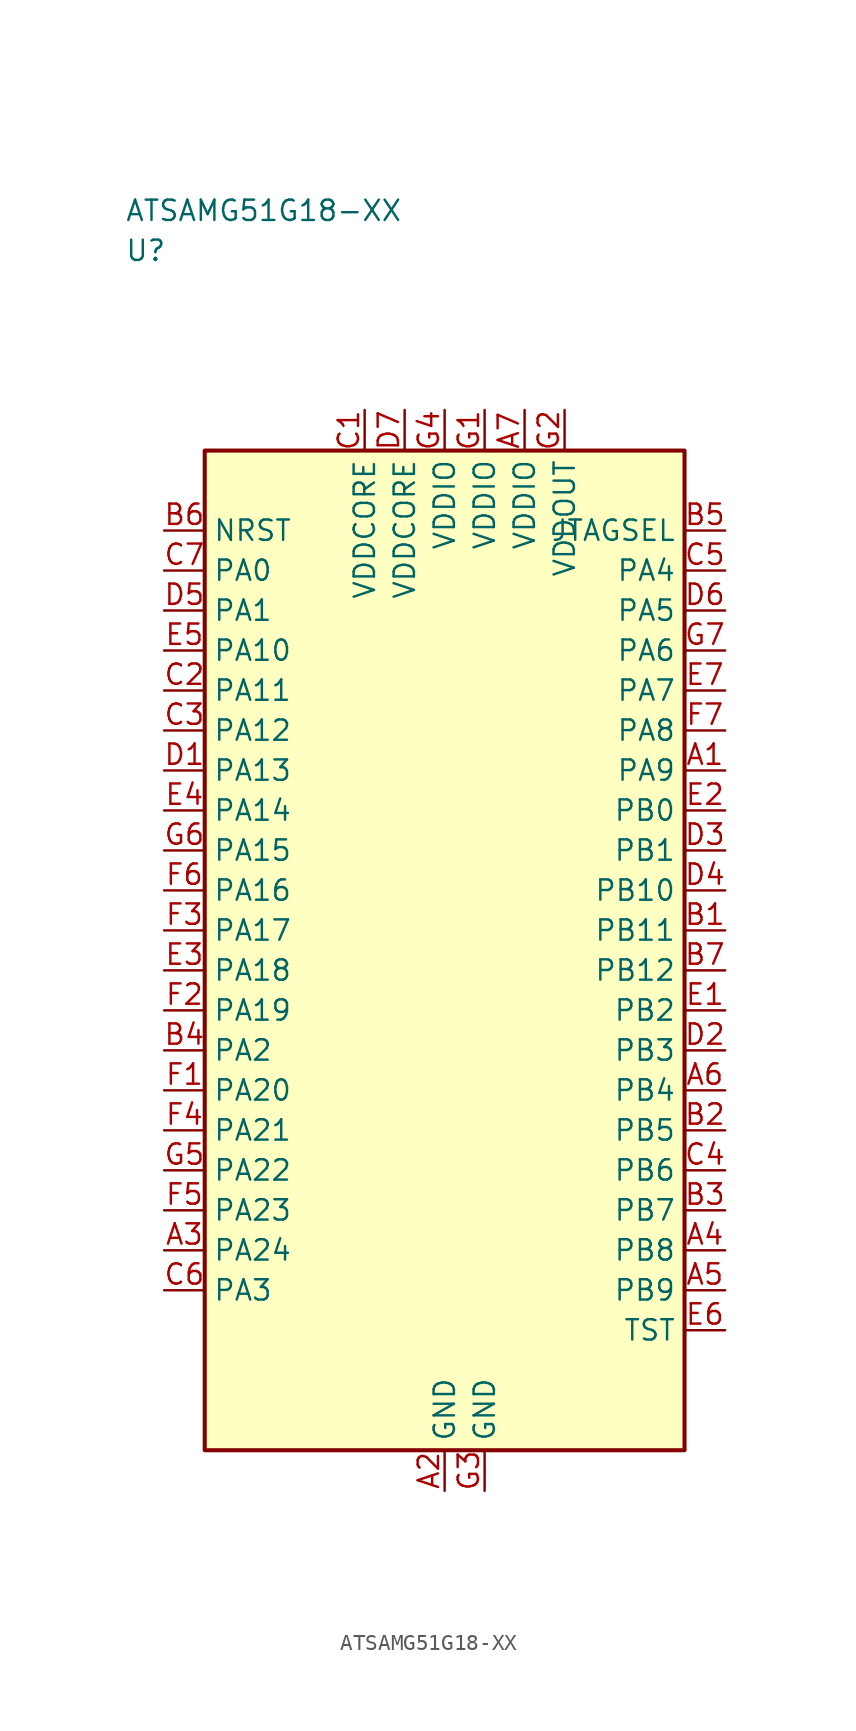
<source format=kicad_sym>
(kicad_symbol_lib
  (version 20241025)
  (generator "kicad_symbol_editor")
  (generator_version "8.0")
  (symbol "ATSAMG51G18-XX"
    (property "Reference" "U"
      (at -20.0 43.75 0)
      (effects (font (size 1.27 1.27)) (justify left)))
    (property "Value" "ATSAMG51G18-XX"
      (at -20.0 46.25 0)
      (effects (font (size 1.27 1.27)) (justify left)))
    (symbol "ATSAMG51G18-XX_0_1"
      (rectangle (start -15.0 31.25) (end 15.0 -31.25) (stroke (width 0.254) (type default)) (fill (type background))))
    (symbol "ATSAMG51G18-XX_1_1"
      (pin bidirectional line (at -17.54 23.75 0.0) (length 2.54) (name "PA0" (effects (font (size 1.27 1.27)))) (number "C7" (effects (font (size 1.27 1.27)))))
      (pin bidirectional line (at -17.54 21.25 0.0) (length 2.54) (name "PA1" (effects (font (size 1.27 1.27)))) (number "D5" (effects (font (size 1.27 1.27)))))
      (pin bidirectional line (at -17.54 -6.25 0.0) (length 2.54) (name "PA2" (effects (font (size 1.27 1.27)))) (number "B4" (effects (font (size 1.27 1.27)))))
      (pin bidirectional line (at -17.54 -21.25 0.0) (length 2.54) (name "PA3" (effects (font (size 1.27 1.27)))) (number "C6" (effects (font (size 1.27 1.27)))))
      (pin bidirectional line (at 17.54 23.75 180.0) (length 2.54) (name "PA4" (effects (font (size 1.27 1.27)))) (number "C5" (effects (font (size 1.27 1.27)))))
      (pin bidirectional line (at 17.54 21.25 180.0) (length 2.54) (name "PA5" (effects (font (size 1.27 1.27)))) (number "D6" (effects (font (size 1.27 1.27)))))
      (pin bidirectional line (at 17.54 18.75 180.0) (length 2.54) (name "PA6" (effects (font (size 1.27 1.27)))) (number "G7" (effects (font (size 1.27 1.27)))))
      (pin bidirectional line (at 17.54 16.25 180.0) (length 2.54) (name "PA7" (effects (font (size 1.27 1.27)))) (number "E7" (effects (font (size 1.27 1.27)))))
      (pin bidirectional line (at 17.54 13.75 180.0) (length 2.54) (name "PA8" (effects (font (size 1.27 1.27)))) (number "F7" (effects (font (size 1.27 1.27)))))
      (pin bidirectional line (at 17.54 11.25 180.0) (length 2.54) (name "PA9" (effects (font (size 1.27 1.27)))) (number "A1" (effects (font (size 1.27 1.27)))))
      (pin bidirectional line (at -17.54 18.75 0.0) (length 2.54) (name "PA10" (effects (font (size 1.27 1.27)))) (number "E5" (effects (font (size 1.27 1.27)))))
      (pin bidirectional line (at -17.54 16.25 0.0) (length 2.54) (name "PA11" (effects (font (size 1.27 1.27)))) (number "C2" (effects (font (size 1.27 1.27)))))
      (pin bidirectional line (at -17.54 13.75 0.0) (length 2.54) (name "PA12" (effects (font (size 1.27 1.27)))) (number "C3" (effects (font (size 1.27 1.27)))))
      (pin bidirectional line (at -17.54 11.25 0.0) (length 2.54) (name "PA13" (effects (font (size 1.27 1.27)))) (number "D1" (effects (font (size 1.27 1.27)))))
      (pin bidirectional line (at -17.54 8.75 0.0) (length 2.54) (name "PA14" (effects (font (size 1.27 1.27)))) (number "E4" (effects (font (size 1.27 1.27)))))
      (pin bidirectional line (at -17.54 6.25 0.0) (length 2.54) (name "PA15" (effects (font (size 1.27 1.27)))) (number "G6" (effects (font (size 1.27 1.27)))))
      (pin bidirectional line (at -17.54 3.75 0.0) (length 2.54) (name "PA16" (effects (font (size 1.27 1.27)))) (number "F6" (effects (font (size 1.27 1.27)))))
      (pin bidirectional line (at -17.54 1.25 0.0) (length 2.54) (name "PA17" (effects (font (size 1.27 1.27)))) (number "F3" (effects (font (size 1.27 1.27)))))
      (pin bidirectional line (at -17.54 -1.25 0.0) (length 2.54) (name "PA18" (effects (font (size 1.27 1.27)))) (number "E3" (effects (font (size 1.27 1.27)))))
      (pin bidirectional line (at -17.54 -3.75 0.0) (length 2.54) (name "PA19" (effects (font (size 1.27 1.27)))) (number "F2" (effects (font (size 1.27 1.27)))))
      (pin bidirectional line (at -17.54 -8.75 0.0) (length 2.54) (name "PA20" (effects (font (size 1.27 1.27)))) (number "F1" (effects (font (size 1.27 1.27)))))
      (pin bidirectional line (at -17.54 -11.25 0.0) (length 2.54) (name "PA21" (effects (font (size 1.27 1.27)))) (number "F4" (effects (font (size 1.27 1.27)))))
      (pin bidirectional line (at -17.54 -13.75 0.0) (length 2.54) (name "PA22" (effects (font (size 1.27 1.27)))) (number "G5" (effects (font (size 1.27 1.27)))))
      (pin bidirectional line (at -17.54 -16.25 0.0) (length 2.54) (name "PA23" (effects (font (size 1.27 1.27)))) (number "F5" (effects (font (size 1.27 1.27)))))
      (pin bidirectional line (at -17.54 -18.75 0.0) (length 2.54) (name "PA24" (effects (font (size 1.27 1.27)))) (number "A3" (effects (font (size 1.27 1.27)))))
      (pin bidirectional line (at 17.54 8.75 180.0) (length 2.54) (name "PB0" (effects (font (size 1.27 1.27)))) (number "E2" (effects (font (size 1.27 1.27)))))
      (pin bidirectional line (at 17.54 6.25 180.0) (length 2.54) (name "PB1" (effects (font (size 1.27 1.27)))) (number "D3" (effects (font (size 1.27 1.27)))))
      (pin bidirectional line (at 17.54 -3.75 180.0) (length 2.54) (name "PB2" (effects (font (size 1.27 1.27)))) (number "E1" (effects (font (size 1.27 1.27)))))
      (pin bidirectional line (at 17.54 -6.25 180.0) (length 2.54) (name "PB3" (effects (font (size 1.27 1.27)))) (number "D2" (effects (font (size 1.27 1.27)))))
      (pin bidirectional line (at 17.54 -8.75 180.0) (length 2.54) (name "PB4" (effects (font (size 1.27 1.27)))) (number "A6" (effects (font (size 1.27 1.27)))))
      (pin bidirectional line (at 17.54 -11.25 180.0) (length 2.54) (name "PB5" (effects (font (size 1.27 1.27)))) (number "B2" (effects (font (size 1.27 1.27)))))
      (pin bidirectional line (at 17.54 -13.75 180.0) (length 2.54) (name "PB6" (effects (font (size 1.27 1.27)))) (number "C4" (effects (font (size 1.27 1.27)))))
      (pin bidirectional line (at 17.54 -16.25 180.0) (length 2.54) (name "PB7" (effects (font (size 1.27 1.27)))) (number "B3" (effects (font (size 1.27 1.27)))))
      (pin bidirectional line (at 17.54 -18.75 180.0) (length 2.54) (name "PB8" (effects (font (size 1.27 1.27)))) (number "A4" (effects (font (size 1.27 1.27)))))
      (pin bidirectional line (at 17.54 -21.25 180.0) (length 2.54) (name "PB9" (effects (font (size 1.27 1.27)))) (number "A5" (effects (font (size 1.27 1.27)))))
      (pin bidirectional line (at 17.54 3.75 180.0) (length 2.54) (name "PB10" (effects (font (size 1.27 1.27)))) (number "D4" (effects (font (size 1.27 1.27)))))
      (pin bidirectional line (at 17.54 1.25 180.0) (length 2.54) (name "PB11" (effects (font (size 1.27 1.27)))) (number "B1" (effects (font (size 1.27 1.27)))))
      (pin bidirectional line (at 17.54 -1.25 180.0) (length 2.54) (name "PB12" (effects (font (size 1.27 1.27)))) (number "B7" (effects (font (size 1.27 1.27)))))
      (pin power_in line (at 7.5 33.79 270.0) (length 2.54) (name "VDDOUT" (effects (font (size 1.27 1.27)))) (number "G2" (effects (font (size 1.27 1.27)))))
      (pin input line (at -17.54 26.25 0.0) (length 2.54) (name "NRST" (effects (font (size 1.27 1.27)))) (number "B6" (effects (font (size 1.27 1.27)))))
      (pin bidirectional line (at 17.54 -23.75 180.0) (length 2.54) (name "TST" (effects (font (size 1.27 1.27)))) (number "E6" (effects (font (size 1.27 1.27)))))
      (pin power_in line (at 0.0 33.79 270.0) (length 2.54) (name "VDDIO" (effects (font (size 1.27 1.27)))) (number "G4" (effects (font (size 1.27 1.27)))))
      (pin power_in line (at 2.5 33.79 270.0) (length 2.54) (name "VDDIO" (effects (font (size 1.27 1.27)))) (number "G1" (effects (font (size 1.27 1.27)))))
      (pin power_in line (at 5.0 33.79 270.0) (length 2.54) (name "VDDIO" (effects (font (size 1.27 1.27)))) (number "A7" (effects (font (size 1.27 1.27)))))
      (pin output line (at 17.54 26.25 180.0) (length 2.54) (name "JTAGSEL" (effects (font (size 1.27 1.27)))) (number "B5" (effects (font (size 1.27 1.27)))))
      (pin power_in line (at -5.0 33.79 270.0) (length 2.54) (name "VDDCORE" (effects (font (size 1.27 1.27)))) (number "C1" (effects (font (size 1.27 1.27)))))
      (pin power_in line (at -2.5 33.79 270.0) (length 2.54) (name "VDDCORE" (effects (font (size 1.27 1.27)))) (number "D7" (effects (font (size 1.27 1.27)))))
      (pin passive line (at 0.0 -33.79 90.0) (length 2.54) (name "GND" (effects (font (size 1.27 1.27)))) (number "A2" (effects (font (size 1.27 1.27)))))
      (pin passive line (at 2.5 -33.79 90.0) (length 2.54) (name "GND" (effects (font (size 1.27 1.27)))) (number "G3" (effects (font (size 1.27 1.27))))))))
</source>
